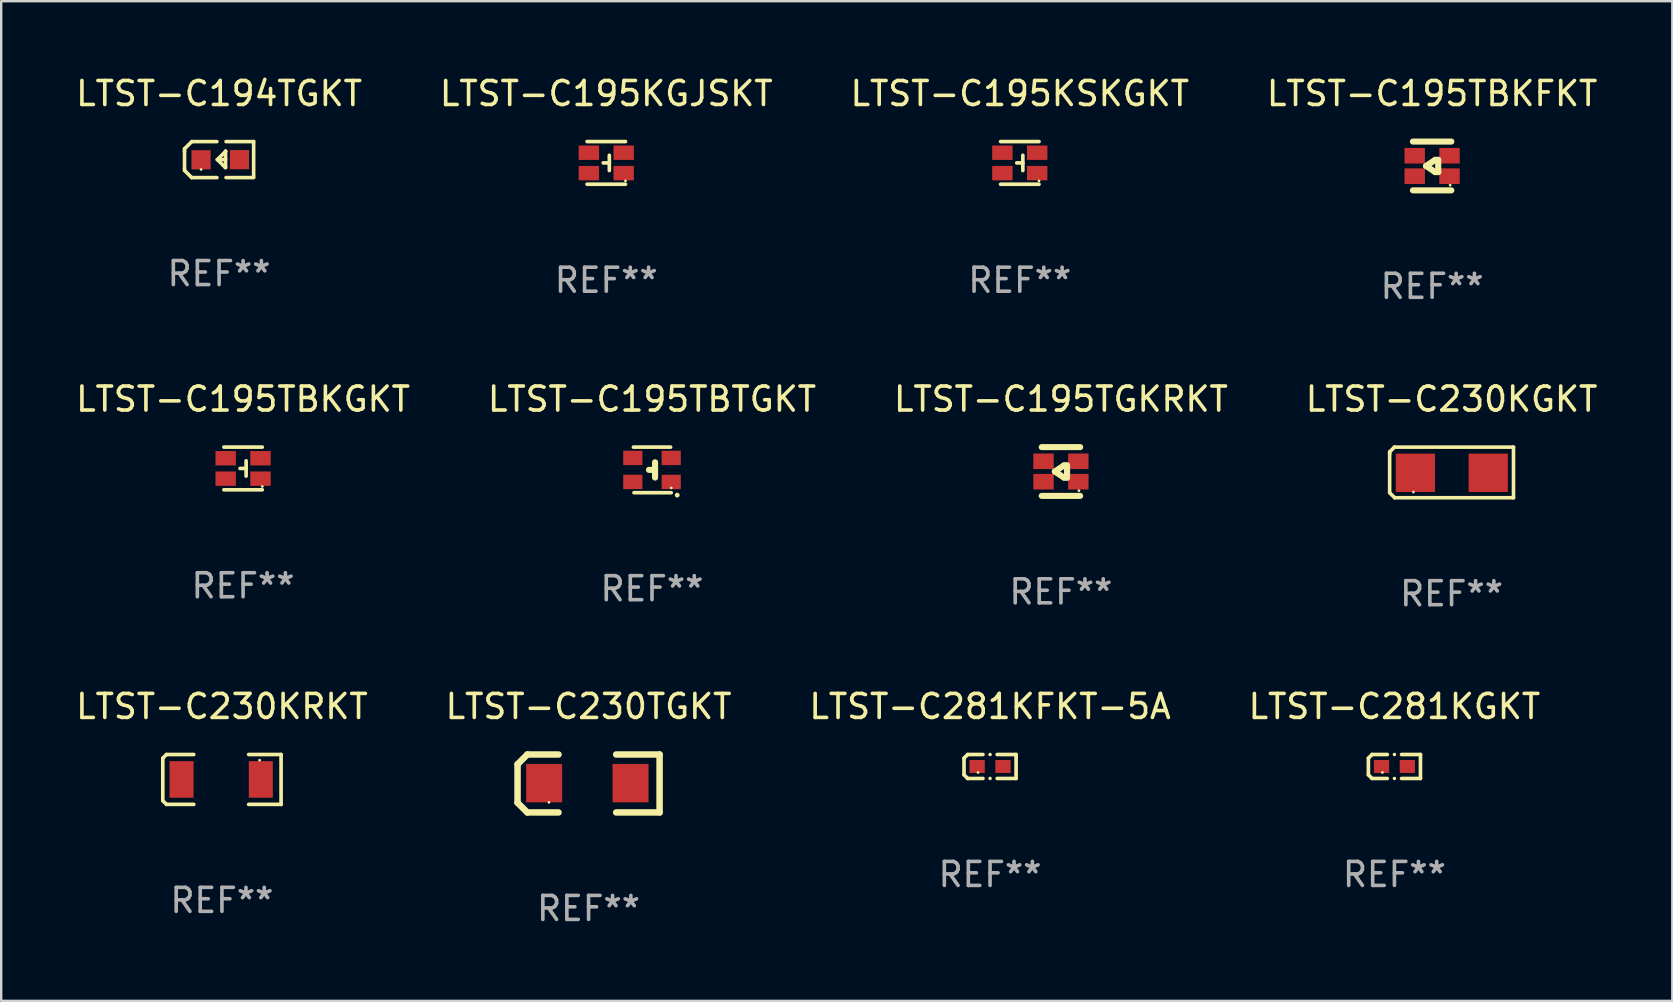
<source format=kicad_pcb>
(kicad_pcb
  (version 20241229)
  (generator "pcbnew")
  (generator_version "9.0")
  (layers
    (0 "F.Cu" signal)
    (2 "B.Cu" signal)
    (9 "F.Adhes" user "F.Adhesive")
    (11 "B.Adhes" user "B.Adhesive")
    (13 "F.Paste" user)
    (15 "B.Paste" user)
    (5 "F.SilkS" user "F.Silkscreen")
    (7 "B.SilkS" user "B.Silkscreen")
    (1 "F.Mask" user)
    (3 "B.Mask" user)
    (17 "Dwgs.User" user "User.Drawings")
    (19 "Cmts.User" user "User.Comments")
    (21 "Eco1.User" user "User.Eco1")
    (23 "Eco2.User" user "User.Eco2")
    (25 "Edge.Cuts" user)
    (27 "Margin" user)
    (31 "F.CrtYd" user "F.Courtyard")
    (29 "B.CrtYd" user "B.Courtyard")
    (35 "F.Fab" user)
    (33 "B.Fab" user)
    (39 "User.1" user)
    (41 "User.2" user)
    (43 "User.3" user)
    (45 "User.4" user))
  (footprint "LTST-C195TGKRKT"
    (layer "F.Cu")
    (at 41.149 16.593)
    (property "Reference" "LTST-C195TGKRKT" (at 0 -3.016 0) (layer "F.SilkS") (effects (font (size 1 1) (thickness 0.15))))
    (attr through_hole)
    (fp_line (start -0.8 -1.016) (end 0.8 -1.016) (stroke (width 0.254) (type solid)) (layer "F.SilkS"))
    (fp_line (start -0.254 0) (end 0.127 -0.254) (stroke (width 0.254) (type solid)) (layer "F.SilkS"))
    (fp_line (start 0.127 -0.254) (end 0.254 -0.254) (stroke (width 0.254) (type solid)) (layer "F.SilkS"))
    (fp_line (start 0.127 0.254) (end -0.254 0) (stroke (width 0.254) (type solid)) (layer "F.SilkS"))
    (fp_line (start 0.254 -0.254) (end 0.254 0.254) (stroke (width 0.254) (type solid)) (layer "F.SilkS"))
    (fp_line (start 0.254 0.254) (end 0.127 0.254) (stroke (width 0.254) (type solid)) (layer "F.SilkS"))
    (fp_line (start 0.8 1.016) (end -0.8 1.016) (stroke (width 0.254) (type solid)) (layer "F.SilkS"))
    (fp_circle (center 0.75 0.8) (end 0.78 0.8) (stroke (width 0.06) (type solid)) (fill no) (layer "F.SilkS"))
    (fp_text user "REF**" (at 0 5.016 0) (layer "F.Fab") (effects (font (size 1 1) (thickness 0.15))))
    (pad "1" smd rect (at 0.725 0.425) (size 0.85 0.65) (layers "F.Cu" "F.Mask" "F.Paste"))
    (pad "2" smd rect (at 0.725 -0.425) (size 0.85 0.65) (layers "F.Cu" "F.Mask" "F.Paste"))
    (pad "3" smd rect (at -0.725 0.425) (size 0.85 0.65) (layers "F.Cu" "F.Mask" "F.Paste"))
    (pad "4" smd rect (at -0.725 -0.425) (size 0.85 0.65) (layers "F.Cu" "F.Mask" "F.Paste")))
  (footprint "LTST-C194TGKT"
    (layer "F.Cu")
    (at 6.077 3.599)
    (property "Reference" "LTST-C194TGKT" (at 0 -2.751 0) (layer "F.SilkS") (effects (font (size 1 1) (thickness 0.15))))
    (attr through_hole)
    (fp_line (start -1.44 -0.449) (end -1.14 -0.749) (stroke (width 0.15) (type solid)) (layer "F.SilkS"))
    (fp_line (start -1.44 -0.349) (end -1.44 -0.449) (stroke (width 0.15) (type solid)) (layer "F.SilkS"))
    (fp_line (start -1.44 -0.349) (end -1.44 0.351) (stroke (width 0.15) (type solid)) (layer "F.SilkS"))
    (fp_line (start -1.44 0.351) (end -1.44 0.451) (stroke (width 0.15) (type solid)) (layer "F.SilkS"))
    (fp_line (start -1.44 0.451) (end -1.14 0.751) (stroke (width 0.15) (type solid)) (layer "F.SilkS"))
    (fp_line (start -0.09 -0.749) (end -1.14 -0.749) (stroke (width 0.15) (type solid)) (layer "F.SilkS"))
    (fp_line (start -0.09 0.751) (end -1.14 0.751) (stroke (width 0.15) (type solid)) (layer "F.SilkS"))
    (fp_line (start 0.26 0.329) (end -0.07 -0.001) (stroke (width 0.15) (type solid)) (layer "F.SilkS"))
    (fp_line (start 0.27 -0.351) (end 0.27 -0.341) (stroke (width 0.15) (type solid)) (layer "F.SilkS"))
    (fp_line (start 0.27 -0.351) (end 0.27 0.329) (stroke (width 0.15) (type solid)) (layer "F.SilkS"))
    (fp_line (start 0.27 -0.341) (end -0.07 -0.001) (stroke (width 0.15) (type solid)) (layer "F.SilkS"))
    (fp_line (start 0.27 -0.001) (end -0.07 -0.001) (stroke (width 0.15) (type solid)) (layer "F.SilkS"))
    (fp_line (start 0.27 0.329) (end 0.26 0.329) (stroke (width 0.15) (type solid)) (layer "F.SilkS"))
    (fp_line (start 0.29 -0.751) (end 1.44 -0.751) (stroke (width 0.15) (type solid)) (layer "F.SilkS"))
    (fp_line (start 0.29 0.749) (end 1.44 0.749) (stroke (width 0.15) (type solid)) (layer "F.SilkS"))
    (fp_line (start 1.44 -0.751) (end 1.44 0.729) (stroke (width 0.15) (type solid)) (layer "F.SilkS"))
    (fp_circle (center -0.75 0.409) (end -0.72 0.409) (stroke (width 0.06) (type solid)) (fill no) (layer "F.SilkS"))
    (fp_text user "REF**" (at 0 4.751 0) (layer "F.Fab") (effects (font (size 1 1) (thickness 0.15))))
    (pad "1" smd rect (at -0.75 0.009 90) (size 0.8 0.8) (layers "F.Cu" "F.Mask" "F.Paste"))
    (pad "2" smd rect (at 0.849 0.002 90) (size 0.8 0.8) (layers "F.Cu" "F.Mask" "F.Paste")))
  (footprint "LTST-C230KGKT"
    (layer "F.Cu")
    (at 57.423 16.632)
    (property "Reference" "LTST-C230KGKT" (at 0 -3.055 0) (layer "F.SilkS") (effects (font (size 1 1) (thickness 0.15))))
    (attr through_hole)
    (fp_line (start -2.58 -0.855) (end -2.38 -1.055) (stroke (width 0.15) (type solid)) (layer "F.SilkS"))
    (fp_line (start -2.58 -0.775) (end -2.58 -0.855) (stroke (width 0.15) (type solid)) (layer "F.SilkS"))
    (fp_line (start -2.58 -0.775) (end -2.58 0.845) (stroke (width 0.15) (type solid)) (layer "F.SilkS"))
    (fp_line (start -2.58 0.845) (end -2.37 1.055) (stroke (width 0.15) (type solid)) (layer "F.SilkS"))
    (fp_line (start -2.38 -1.055) (end 2.58 -1.055) (stroke (width 0.15) (type solid)) (layer "F.SilkS"))
    (fp_line (start 2.58 -1.055) (end 2.58 1.055) (stroke (width 0.15) (type solid)) (layer "F.SilkS"))
    (fp_line (start 2.58 1.055) (end -2.37 1.055) (stroke (width 0.15) (type solid)) (layer "F.SilkS"))
    (fp_circle (center -1.59 0.815) (end -1.56 0.815) (stroke (width 0.06) (type solid)) (fill no) (layer "F.SilkS"))
    (fp_text user "REF**" (at 0 5.055 0) (layer "F.Fab") (effects (font (size 1 1) (thickness 0.15))))
    (pad "1" smd rect (at -1.507 0.015) (size 1.635 1.6) (layers "F.Cu" "F.Mask" "F.Paste"))
    (pad "2" smd rect (at 1.527 0.015) (size 1.635 1.6) (layers "F.Cu" "F.Mask" "F.Paste")))
  (footprint "LTST-C281KGKT"
    (layer "F.Cu")
    (at 55.042 28.882)
    (property "Reference" "LTST-C281KGKT" (at 0 -2.499 0) (layer "F.SilkS") (effects (font (size 1 1) (thickness 0.15))))
    (attr through_hole)
    (fp_line (start -1.085 -0.346) (end -0.933 -0.499) (stroke (width 0.152) (type solid)) (layer "F.SilkS"))
    (fp_line (start -1.085 0.346) (end -1.085 -0.346) (stroke (width 0.152) (type solid)) (layer "F.SilkS"))
    (fp_line (start -0.933 -0.499) (end -0.296 -0.499) (stroke (width 0.152) (type solid)) (layer "F.SilkS"))
    (fp_line (start -0.933 0.499) (end -1.085 0.346) (stroke (width 0.152) (type solid)) (layer "F.SilkS"))
    (fp_line (start -0.296 0.499) (end -0.933 0.499) (stroke (width 0.152) (type solid)) (layer "F.SilkS"))
    (fp_line (start 0.296 0.499) (end 1.085 0.499) (stroke (width 0.152) (type solid)) (layer "F.SilkS"))
    (fp_line (start 1.085 -0.499) (end 0.296 -0.499) (stroke (width 0.152) (type solid)) (layer "F.SilkS"))
    (fp_line (start 1.085 0.499) (end 1.085 -0.499) (stroke (width 0.152) (type solid)) (layer "F.SilkS"))
    (fp_circle (center -0.5 0.25) (end -0.47 0.25) (stroke (width 0.06) (type solid)) (fill no) (layer "F.SilkS"))
    (fp_circle (center 0 -0.499) (end 0.038 -0.499) (stroke (width 0.076) (type solid)) (fill no) (layer "F.SilkS"))
    (fp_circle (center 0 0.499) (end 0.038 0.499) (stroke (width 0.076) (type solid)) (fill no) (layer "F.SilkS"))
    (fp_text user "REF**" (at 0 4.499 0) (layer "F.Fab") (effects (font (size 1 1) (thickness 0.15))))
    (pad "1" smd rect (at -0.538 0) (size 0.636 0.54) (layers "F.Cu" "F.Mask" "F.Paste"))
    (pad "2" smd rect (at 0.538 0) (size 0.636 0.54) (layers "F.Cu" "F.Mask" "F.Paste")))
  (footprint "LTST-C195KSKGKT"
    (layer "F.Cu")
    (at 39.435 3.737)
    (property "Reference" "LTST-C195KSKGKT" (at 0 -2.889 0) (layer "F.SilkS") (effects (font (size 1 1) (thickness 0.15))))
    (attr through_hole)
    (fp_line (start -0.8 -0.889) (end 0.8 -0.889) (stroke (width 0.152) (type solid)) (layer "F.SilkS"))
    (fp_line (start -0.127 0) (end 0.127 0) (stroke (width 0.152) (type solid)) (layer "F.SilkS"))
    (fp_line (start 0.127 -0.318) (end 0.127 0.318) (stroke (width 0.152) (type solid)) (layer "F.SilkS"))
    (fp_line (start 0.8 0.889) (end -0.8 0.889) (stroke (width 0.152) (type solid)) (layer "F.SilkS"))
    (fp_circle (center 0.8 0.75) (end 0.83 0.75) (stroke (width 0.06) (type solid)) (fill no) (layer "F.SilkS"))
    (fp_text user "REF**" (at 0 4.889 0) (layer "F.Fab") (effects (font (size 1 1) (thickness 0.15))))
    (pad "1" smd rect (at 0.725 0.425) (size 0.85 0.6) (layers "F.Cu" "F.Mask" "F.Paste"))
    (pad "2" smd rect (at 0.725 -0.425) (size 0.85 0.6) (layers "F.Cu" "F.Mask" "F.Paste"))
    (pad "3" smd rect (at -0.725 0.425) (size 0.85 0.6) (layers "F.Cu" "F.Mask" "F.Paste"))
    (pad "4" smd rect (at -0.725 -0.425) (size 0.85 0.6) (layers "F.Cu" "F.Mask" "F.Paste")))
  (footprint "LTST-C195KGJSKT"
    (layer "F.Cu")
    (at 22.208 3.737)
    (property "Reference" "LTST-C195KGJSKT" (at 0 -2.889 0) (layer "F.SilkS") (effects (font (size 1 1) (thickness 0.15))))
    (attr through_hole)
    (fp_line (start -0.8 -0.889) (end 0.8 -0.889) (stroke (width 0.152) (type solid)) (layer "F.SilkS"))
    (fp_line (start -0.127 0) (end 0.127 0) (stroke (width 0.152) (type solid)) (layer "F.SilkS"))
    (fp_line (start 0.127 -0.318) (end 0.127 0.318) (stroke (width 0.152) (type solid)) (layer "F.SilkS"))
    (fp_line (start 0.8 0.889) (end -0.8 0.889) (stroke (width 0.152) (type solid)) (layer "F.SilkS"))
    (fp_circle (center 0.8 0.75) (end 0.83 0.75) (stroke (width 0.06) (type solid)) (fill no) (layer "F.SilkS"))
    (fp_text user "REF**" (at 0 4.889 0) (layer "F.Fab") (effects (font (size 1 1) (thickness 0.15))))
    (pad "1" smd rect (at 0.725 0.425) (size 0.85 0.6) (layers "F.Cu" "F.Mask" "F.Paste"))
    (pad "2" smd rect (at 0.725 -0.425) (size 0.85 0.6) (layers "F.Cu" "F.Mask" "F.Paste"))
    (pad "3" smd rect (at -0.725 0.425) (size 0.85 0.6) (layers "F.Cu" "F.Mask" "F.Paste"))
    (pad "4" smd rect (at -0.725 -0.425) (size 0.85 0.6) (layers "F.Cu" "F.Mask" "F.Paste")))
  (footprint "LTST-C230KRKT"
    (layer "F.Cu")
    (at 6.196 29.422)
    (property "Reference" "LTST-C230KRKT" (at 0 -3.039 0) (layer "F.SilkS") (effects (font (size 1 1) (thickness 0.15))))
    (attr through_hole)
    (fp_line (start -2.464 -0.886) (end -2.311 -1.039) (stroke (width 0.152) (type solid)) (layer "F.SilkS"))
    (fp_line (start -2.464 0.886) (end -2.464 -0.886) (stroke (width 0.152) (type solid)) (layer "F.SilkS"))
    (fp_line (start -2.311 -1.039) (end -1.174 -1.039) (stroke (width 0.152) (type solid)) (layer "F.SilkS"))
    (fp_line (start -2.311 1.039) (end -2.464 0.886) (stroke (width 0.152) (type solid)) (layer "F.SilkS"))
    (fp_line (start -2.311 1.039) (end -1.174 1.039) (stroke (width 0.152) (type solid)) (layer "F.SilkS"))
    (fp_line (start 2.464 -1.039) (end 1.112 -1.039) (stroke (width 0.152) (type solid)) (layer "F.SilkS"))
    (fp_line (start 2.464 1.039) (end 1.112 1.039) (stroke (width 0.152) (type solid)) (layer "F.SilkS"))
    (fp_line (start 2.464 1.039) (end 2.464 -1.039) (stroke (width 0.152) (type solid)) (layer "F.SilkS"))
    (fp_circle (center 1.569 -0.8) (end 1.599 -0.8) (stroke (width 0.06) (type solid)) (fill no) (layer "F.SilkS"))
    (fp_text user "REF**" (at 0 5.039 0) (layer "F.Fab") (effects (font (size 1 1) (thickness 0.15))))
    (pad "1" smd rect (at 1.62 0) (size 1 1.524) (layers "F.Cu" "F.Mask" "F.Paste"))
    (pad "2" smd rect (at -1.682 0) (size 1 1.524) (layers "F.Cu" "F.Mask" "F.Paste")))
  (footprint "LTST-C195TBKFKT"
    (layer "F.Cu")
    (at 56.613 3.864)
    (property "Reference" "LTST-C195TBKFKT" (at 0 -3.016 0) (layer "F.SilkS") (effects (font (size 1 1) (thickness 0.15))))
    (attr through_hole)
    (fp_line (start -0.8 -1.016) (end 0.8 -1.016) (stroke (width 0.254) (type solid)) (layer "F.SilkS"))
    (fp_line (start -0.254 0) (end 0.127 -0.254) (stroke (width 0.254) (type solid)) (layer "F.SilkS"))
    (fp_line (start 0.127 -0.254) (end 0.254 -0.254) (stroke (width 0.254) (type solid)) (layer "F.SilkS"))
    (fp_line (start 0.127 0.254) (end -0.254 0) (stroke (width 0.254) (type solid)) (layer "F.SilkS"))
    (fp_line (start 0.254 -0.254) (end 0.254 0.254) (stroke (width 0.254) (type solid)) (layer "F.SilkS"))
    (fp_line (start 0.254 0.254) (end 0.127 0.254) (stroke (width 0.254) (type solid)) (layer "F.SilkS"))
    (fp_line (start 0.8 1.016) (end -0.8 1.016) (stroke (width 0.254) (type solid)) (layer "F.SilkS"))
    (fp_circle (center 0.75 0.8) (end 0.78 0.8) (stroke (width 0.06) (type solid)) (fill no) (layer "F.SilkS"))
    (fp_text user "REF**" (at 0 5.016 0) (layer "F.Fab") (effects (font (size 1 1) (thickness 0.15))))
    (pad "1" smd rect (at 0.725 0.425) (size 0.85 0.65) (layers "F.Cu" "F.Mask" "F.Paste"))
    (pad "2" smd rect (at 0.725 -0.425) (size 0.85 0.65) (layers "F.Cu" "F.Mask" "F.Paste"))
    (pad "3" smd rect (at -0.725 0.425) (size 0.85 0.65) (layers "F.Cu" "F.Mask" "F.Paste"))
    (pad "4" smd rect (at -0.725 -0.425) (size 0.85 0.65) (layers "F.Cu" "F.Mask" "F.Paste")))
  (footprint "LTST-C195TBTGKT"
    (layer "F.Cu")
    (at 24.113 16.527)
    (property "Reference" "LTST-C195TBTGKT" (at 0 -2.95 0) (layer "F.SilkS") (effects (font (size 1 1) (thickness 0.15))))
    (attr through_hole)
    (fp_line (start -0.775 -0.95) (end 0.775 -0.95) (stroke (width 0.152) (type solid)) (layer "F.SilkS"))
    (fp_line (start -0.75 0.95) (end 0.8 0.95) (stroke (width 0.152) (type solid)) (layer "F.SilkS"))
    (fp_line (start 0.127 -0.317) (end 0.127 0.318) (stroke (width 0.254) (type solid)) (layer "F.SilkS"))
    (fp_line (start 0.127 -0.002) (end -0.127 -0.002) (stroke (width 0.254) (type solid)) (layer "F.SilkS"))
    (fp_circle (center 0.8 0.75) (end 0.83 0.75) (stroke (width 0.06) (type solid)) (fill no) (layer "F.SilkS"))
    (fp_circle (center 1.05 1.05) (end 1.1 1.05) (stroke (width 0.1) (type solid)) (fill no) (layer "F.SilkS"))
    (fp_text user "REF**" (at 0 4.95 0) (layer "F.Fab") (effects (font (size 1 1) (thickness 0.15))))
    (pad "1" smd rect (at 0.8 0.5) (size 0.8 0.6) (layers "F.Cu" "F.Mask" "F.Paste"))
    (pad "2" smd rect (at 0.8 -0.5) (size 0.8 0.6) (layers "F.Cu" "F.Mask" "F.Paste"))
    (pad "3" smd rect (at -0.8 0.5) (size 0.8 0.6) (layers "F.Cu" "F.Mask" "F.Paste"))
    (pad "4" smd rect (at -0.8 -0.5) (size 0.8 0.6) (layers "F.Cu" "F.Mask" "F.Paste")))
  (footprint "LTST-C281KFKT-5A"
    (layer "F.Cu")
    (at 38.196 28.882)
    (property "Reference" "LTST-C281KFKT-5A" (at 0 -2.499 0) (layer "F.SilkS") (effects (font (size 1 1) (thickness 0.15))))
    (attr through_hole)
    (fp_line (start -1.085 -0.346) (end -0.933 -0.499) (stroke (width 0.152) (type solid)) (layer "F.SilkS"))
    (fp_line (start -1.085 0.346) (end -1.085 -0.346) (stroke (width 0.152) (type solid)) (layer "F.SilkS"))
    (fp_line (start -0.933 -0.499) (end -0.296 -0.499) (stroke (width 0.152) (type solid)) (layer "F.SilkS"))
    (fp_line (start -0.933 0.499) (end -1.085 0.346) (stroke (width 0.152) (type solid)) (layer "F.SilkS"))
    (fp_line (start -0.296 0.499) (end -0.933 0.499) (stroke (width 0.152) (type solid)) (layer "F.SilkS"))
    (fp_line (start 0.296 0.499) (end 1.085 0.499) (stroke (width 0.152) (type solid)) (layer "F.SilkS"))
    (fp_line (start 1.085 -0.499) (end 0.296 -0.499) (stroke (width 0.152) (type solid)) (layer "F.SilkS"))
    (fp_line (start 1.085 0.499) (end 1.085 -0.499) (stroke (width 0.152) (type solid)) (layer "F.SilkS"))
    (fp_circle (center -0.5 0.25) (end -0.47 0.25) (stroke (width 0.06) (type solid)) (fill no) (layer "F.SilkS"))
    (fp_circle (center 0 -0.499) (end 0.038 -0.499) (stroke (width 0.076) (type solid)) (fill no) (layer "F.SilkS"))
    (fp_circle (center 0 0.499) (end 0.038 0.499) (stroke (width 0.076) (type solid)) (fill no) (layer "F.SilkS"))
    (fp_text user "REF**" (at 0 4.499 0) (layer "F.Fab") (effects (font (size 1 1) (thickness 0.15))))
    (pad "1" smd rect (at -0.538 0) (size 0.636 0.54) (layers "F.Cu" "F.Mask" "F.Paste"))
    (pad "2" smd rect (at 0.538 0) (size 0.636 0.54) (layers "F.Cu" "F.Mask" "F.Paste")))
  (footprint "LTST-C195TBKGKT"
    (layer "F.Cu")
    (at 7.077 16.466)
    (property "Reference" "LTST-C195TBKGKT" (at 0 -2.889 0) (layer "F.SilkS") (effects (font (size 1 1) (thickness 0.15))))
    (attr through_hole)
    (fp_line (start -0.8 -0.889) (end 0.8 -0.889) (stroke (width 0.152) (type solid)) (layer "F.SilkS"))
    (fp_line (start -0.127 0) (end 0.127 0) (stroke (width 0.152) (type solid)) (layer "F.SilkS"))
    (fp_line (start 0.127 -0.318) (end 0.127 0.318) (stroke (width 0.152) (type solid)) (layer "F.SilkS"))
    (fp_line (start 0.8 0.889) (end -0.8 0.889) (stroke (width 0.152) (type solid)) (layer "F.SilkS"))
    (fp_circle (center 0.8 0.75) (end 0.83 0.75) (stroke (width 0.06) (type solid)) (fill no) (layer "F.SilkS"))
    (fp_text user "REF**" (at 0 4.889 0) (layer "F.Fab") (effects (font (size 1 1) (thickness 0.15))))
    (pad "1" smd rect (at 0.725 0.425) (size 0.85 0.6) (layers "F.Cu" "F.Mask" "F.Paste"))
    (pad "2" smd rect (at 0.725 -0.425) (size 0.85 0.6) (layers "F.Cu" "F.Mask" "F.Paste"))
    (pad "3" smd rect (at -0.725 0.425) (size 0.85 0.6) (layers "F.Cu" "F.Mask" "F.Paste"))
    (pad "4" smd rect (at -0.725 -0.425) (size 0.85 0.6) (layers "F.Cu" "F.Mask" "F.Paste")))
  (footprint "LTST-C230TGKT"
    (layer "F.Cu")
    (at 21.47 29.59)
    (property "Reference" "LTST-C230TGKT" (at 0 -3.207 0) (layer "F.SilkS") (effects (font (size 1 1) (thickness 0.15))))
    (attr through_hole)
    (fp_line (start -2.959 -0.8) (end -2.959 0.8) (stroke (width 0.27) (type solid)) (layer "F.SilkS"))
    (fp_line (start -2.959 0.8) (end -2.553 1.207) (stroke (width 0.27) (type solid)) (layer "F.SilkS"))
    (fp_line (start -2.553 -1.207) (end -2.959 -0.8) (stroke (width 0.27) (type solid)) (layer "F.SilkS"))
    (fp_line (start -2.553 1.207) (end -1.251 1.207) (stroke (width 0.27) (type solid)) (layer "F.SilkS"))
    (fp_line (start -1.251 -1.207) (end -2.553 -1.207) (stroke (width 0.27) (type solid)) (layer "F.SilkS"))
    (fp_line (start 1.149 1.207) (end 2.959 1.207) (stroke (width 0.27) (type solid)) (layer "F.SilkS"))
    (fp_line (start 2.959 -1.207) (end 1.149 -1.207) (stroke (width 0.27) (type solid)) (layer "F.SilkS"))
    (fp_line (start 2.959 1.207) (end 2.959 -1.207) (stroke (width 0.27) (type solid)) (layer "F.SilkS"))
    (fp_circle (center -1.651 0.786) (end -1.621 0.786) (stroke (width 0.06) (type solid)) (fill no) (layer "F.SilkS"))
    (fp_text user "REF**" (at 0 5.207 0) (layer "F.Fab") (effects (font (size 1 1) (thickness 0.15))))
    (pad "1" smd rect (at -1.851 -0.014) (size 1.5 1.6) (layers "F.Cu" "F.Mask" "F.Paste"))
    (pad "2" smd rect (at 1.749 -0.014) (size 1.5 1.6) (layers "F.Cu" "F.Mask" "F.Paste")))
  (gr_rect
    (start -3 -3)
    (end 66.619 38.645)
    (stroke (width 0.1) (type default))
    (fill no)
    (layer "Edge.Cuts")))
</source>
